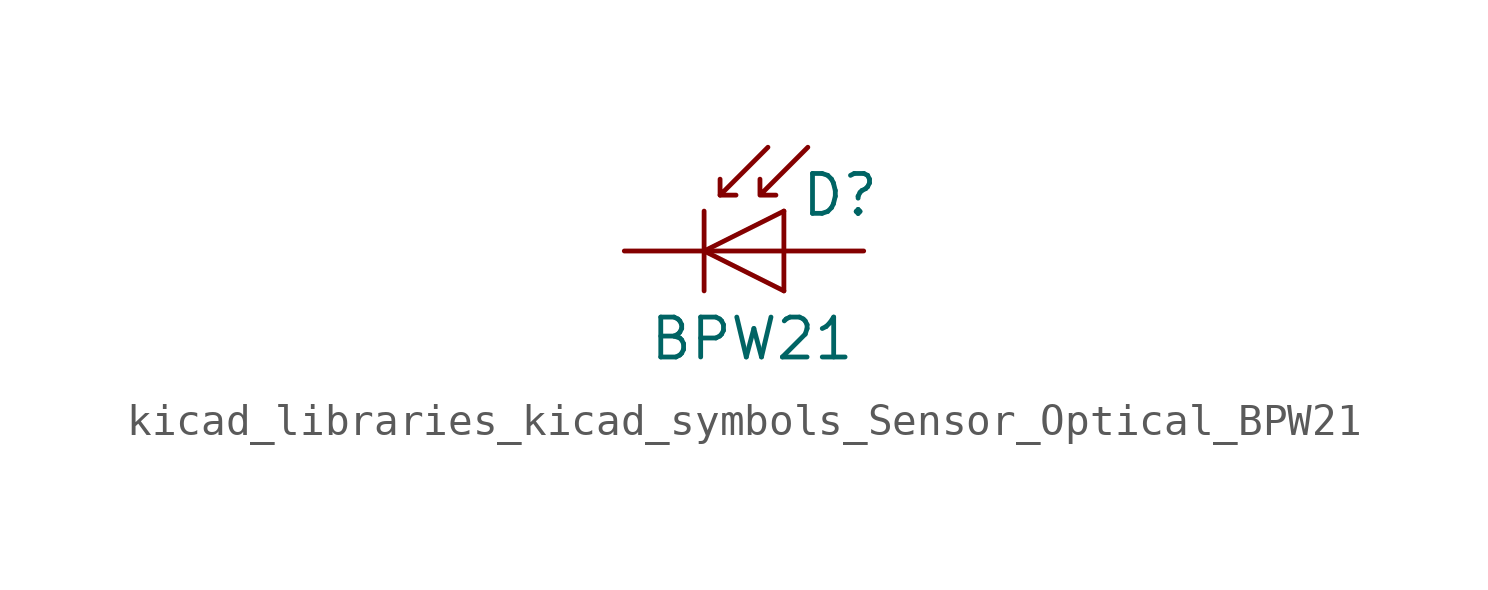
<source format=kicad_sym>
(kicad_symbol_lib
  (version 20220914)
  (generator kicad_symbol_editor)
  (symbol "kicad_libraries_kicad_symbols_Sensor_Optical_BPW21"
    (pin_numbers hide)
    (pin_names hide)
    (property "Reference" "D"
      (at 0.508 1.778 0)
      (effects (font (size 1.27 1.27)) (justify left)))
    (property "Value" "BPW21"
      (at -1.016 -2.794 0)
      (effects (font (size 1.27 1.27))))
    (symbol "kicad_libraries_kicad_symbols_Sensor_Optical_BPW21_0_1"
      (polyline (pts (xy -2.54 1.27) (xy -2.54 -1.27)) (stroke (width 0.152) (type default)) (fill (type none)))
      (polyline (pts (xy -2.032 1.778) (xy -1.524 1.778)) (stroke (width 0) (type default)) (fill (type none)))
      (polyline (pts (xy 0 0) (xy -2.54 0)) (stroke (width 0) (type default)) (fill (type none)))
      (polyline (pts (xy 0 1.27) (xy 0 -1.27)) (stroke (width 0) (type default)) (fill (type none)))
      (polyline (pts (xy -0.508 3.302) (xy -2.032 1.778) (xy -2.032 2.286)) (stroke (width 0) (type default)) (fill (type none)))
      (polyline (pts (xy 0 1.27) (xy -2.54 0) (xy 0 -1.27)) (stroke (width 0) (type default)) (fill (type none)))
      (polyline (pts (xy 0.762 3.302) (xy -0.762 1.778) (xy -0.762 2.286) (xy -0.762 1.778) (xy -0.254 1.778)) (stroke (width 0) (type default)) (fill (type none))))
    (symbol "kicad_libraries_kicad_symbols_Sensor_Optical_BPW21_1_1"
      (pin passive line (at 2.54 0 180) (length 2.54) (name "A" (effects (font (size 1.27 1.27)))) (number "1" (effects (font (size 1.27 1.27)))))
      (pin passive line (at -5.08 0 0) (length 2.54) (name "K" (effects (font (size 1.27 1.27)))) (number "2" (effects (font (size 1.27 1.27))))))))
</source>
